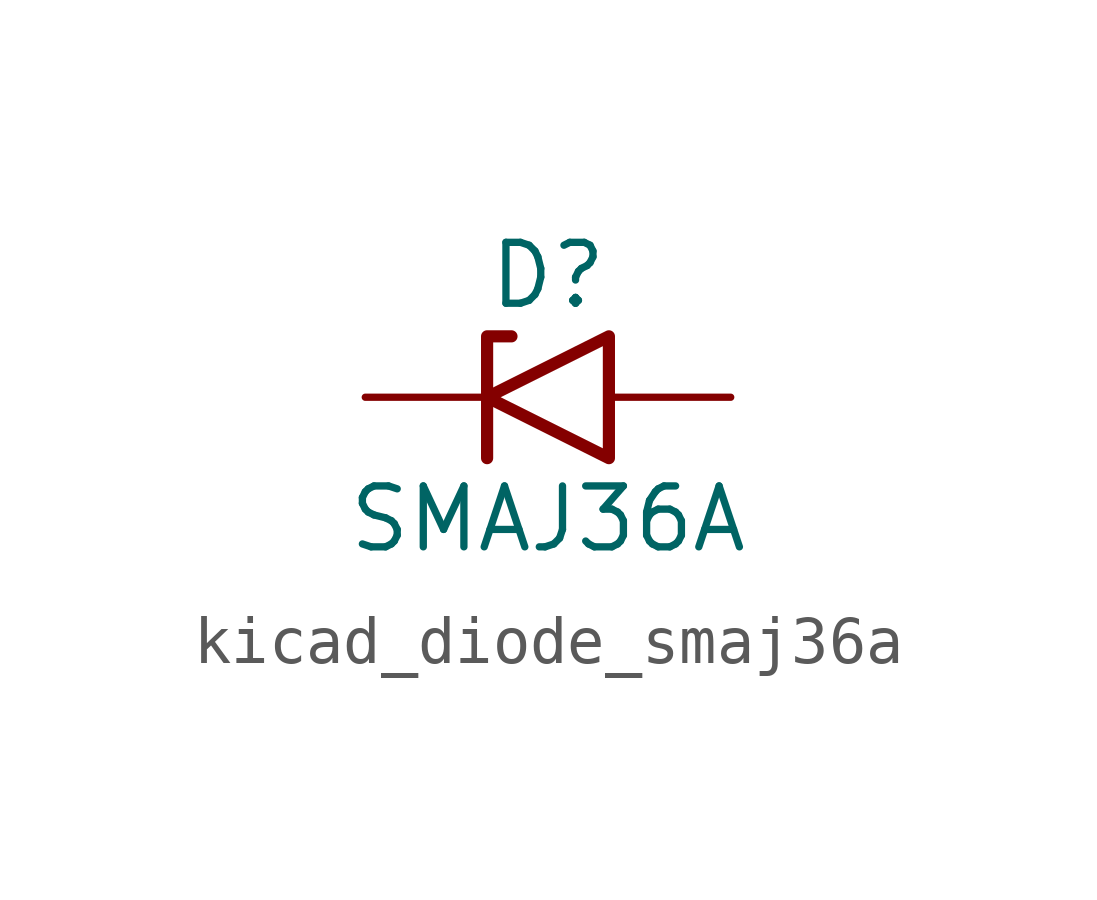
<source format=kicad_sym>
(kicad_symbol_lib
  (version 20220914)
  (generator kicad_symbol_editor)
  (symbol "kicad_diode_smaj36a"
    (pin_numbers hide)
    (pin_names
      (offset 1.016) hide)
    (property "Reference" "D"
      (at 0 2.54 0)
      (effects (font (size 1.27 1.27))))
    (property "Value" "SMAJ36A"
      (at 0 -2.54 0)
      (effects (font (size 1.27 1.27))))
    (symbol "kicad_diode_smaj36a_0_1"
      (polyline (pts (xy -0.762 1.27) (xy -1.27 1.27) (xy -1.27 -1.27)) (stroke (width 0.254) (type default)) (fill (type none)))
      (polyline (pts (xy 1.27 1.27) (xy 1.27 -1.27) (xy -1.27 0) (xy 1.27 1.27)) (stroke (width 0.254) (type default)) (fill (type none))))
    (symbol "kicad_diode_smaj36a_1_1"
      (pin passive line (at -3.81 0 0) (length 2.54) (name "A1" (effects (font (size 1.27 1.27)))) (number "1" (effects (font (size 1.27 1.27)))))
      (pin passive line (at 3.81 0 180) (length 2.54) (name "A2" (effects (font (size 1.27 1.27)))) (number "2" (effects (font (size 1.27 1.27))))))))
</source>
